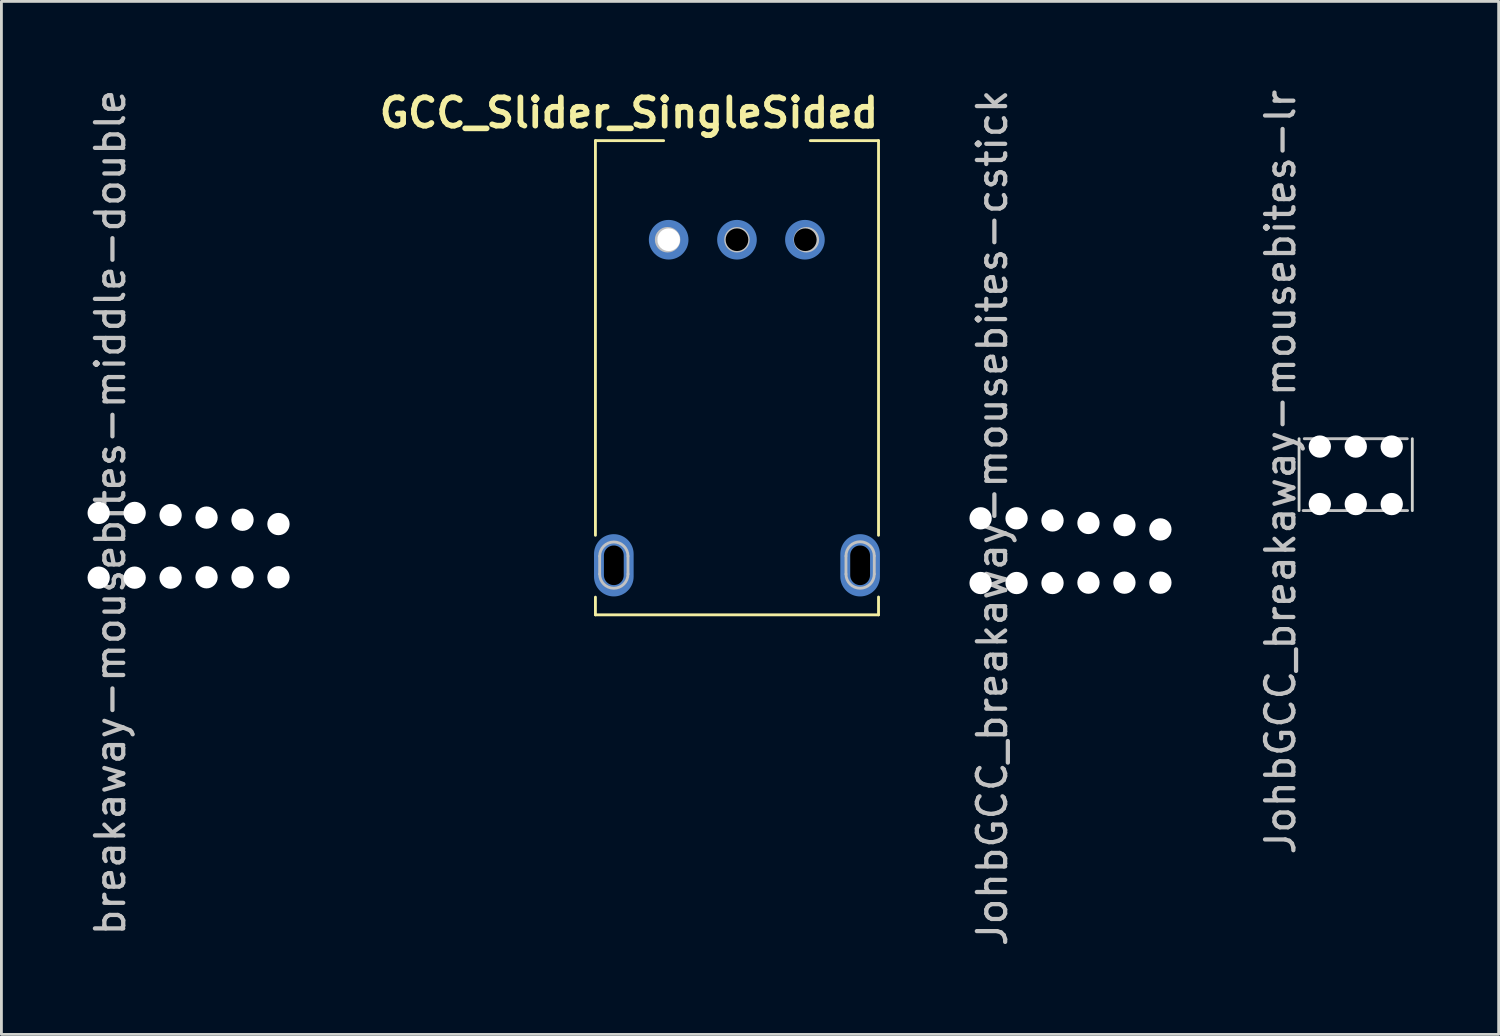
<source format=kicad_pcb>
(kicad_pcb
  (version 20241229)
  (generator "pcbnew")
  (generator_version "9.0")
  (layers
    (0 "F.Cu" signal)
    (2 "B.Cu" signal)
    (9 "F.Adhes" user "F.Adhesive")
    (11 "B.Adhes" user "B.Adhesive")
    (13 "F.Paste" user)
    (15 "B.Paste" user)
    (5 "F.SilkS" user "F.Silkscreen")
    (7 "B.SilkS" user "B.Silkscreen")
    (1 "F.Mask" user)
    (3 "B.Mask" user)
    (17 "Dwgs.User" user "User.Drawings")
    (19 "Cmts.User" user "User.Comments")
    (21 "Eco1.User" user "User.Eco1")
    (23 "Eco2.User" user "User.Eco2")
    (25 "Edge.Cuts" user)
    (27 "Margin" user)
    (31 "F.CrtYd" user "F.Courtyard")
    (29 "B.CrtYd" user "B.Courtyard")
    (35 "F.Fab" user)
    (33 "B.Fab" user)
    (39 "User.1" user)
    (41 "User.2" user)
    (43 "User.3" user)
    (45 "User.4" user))
  (footprint "breakaway-mousebites-middle-double"
    (layer "F.Cu")
    (at 3.738 16.414)
    (property "Reference" "breakaway-mousebites-middle-double" (at -2.89 -1.36 90) (layer "Dwgs.User") (effects (font (size 1 1) (thickness 0.15))))
    (attr exclude_from_pos_files exclude_from_bom)
    (pad "" np_thru_hole circle (at -3.302 -1.346 180) (size 0.787 0.787) (drill 0.787) (layers "*.Cu" "*.Mask"))
    (pad "" np_thru_hole circle (at -3.302 0.94) (size 0.787 0.787) (drill 0.787) (layers "*.Cu" "*.Mask"))
    (pad "" np_thru_hole circle (at -2.032 -1.346 180) (size 0.787 0.787) (drill 0.787) (layers "*.Cu" "*.Mask"))
    (pad "" np_thru_hole circle (at -2.032 0.94) (size 0.787 0.787) (drill 0.787) (layers "*.Cu" "*.Mask"))
    (pad "" np_thru_hole circle (at -0.762 -1.27 180) (size 0.787 0.787) (drill 0.787) (layers "*.Cu" "*.Mask"))
    (pad "" np_thru_hole circle (at -0.762 0.94) (size 0.787 0.787) (drill 0.787) (layers "*.Cu" "*.Mask"))
    (pad "" np_thru_hole circle (at 0.508 -1.181 180) (size 0.787 0.787) (drill 0.787) (layers "*.Cu" "*.Mask"))
    (pad "" np_thru_hole circle (at 0.508 0.927) (size 0.787 0.787) (drill 0.787) (layers "*.Cu" "*.Mask"))
    (pad "" np_thru_hole circle (at 1.778 -1.105 180) (size 0.787 0.787) (drill 0.787) (layers "*.Cu" "*.Mask"))
    (pad "" np_thru_hole circle (at 1.778 0.927) (size 0.787 0.787) (drill 0.787) (layers "*.Cu" "*.Mask"))
    (pad "" np_thru_hole circle (at 3.048 -0.953 180) (size 0.787 0.787) (drill 0.787) (layers "*.Cu" "*.Mask"))
    (pad "" np_thru_hole circle (at 3.048 0.927) (size 0.787 0.787) (drill 0.787) (layers "*.Cu" "*.Mask")))
  (footprint "GCC_Slider_SingleSided"
    (layer "F.Cu")
    (at 22.982 5.418)
    (property "Reference" "GCC_Slider_SingleSided" (at -3.816 -4.482 0) (layer "F.SilkS") (effects (font (size 1 1) (thickness 0.2))))
    (attr through_hole exclude_from_pos_files exclude_from_bom)
    (fp_line (start -5 -3.5) (end -5 10.44) (stroke (width 0.1) (type solid)) (layer "F.SilkS"))
    (fp_line (start -5 -3.5) (end -2.59 -3.5) (stroke (width 0.1) (type solid)) (layer "F.SilkS"))
    (fp_line (start -5 13.25) (end -5 12.625) (stroke (width 0.1) (type solid)) (layer "F.SilkS"))
    (fp_line (start -5 13.25) (end 5 13.25) (stroke (width 0.1) (type solid)) (layer "F.SilkS"))
    (fp_line (start 2.59 -3.5) (end 5 -3.5) (stroke (width 0.1) (type solid)) (layer "F.SilkS"))
    (fp_line (start 5 -3.5) (end 5 10.44) (stroke (width 0.1) (type solid)) (layer "F.SilkS"))
    (fp_line (start 5 13.25) (end 5 12.62) (stroke (width 0.1) (type solid)) (layer "F.SilkS"))
    (fp_line (start -4.85 11.811) (end -4.85 11.176) (stroke (width 0.1) (type solid)) (layer "Dwgs.User"))
    (fp_line (start -4.35 12) (end -4.35 11) (stroke (width 0.1) (type solid)) (layer "Dwgs.User"))
    (fp_line (start -3.85 11.811) (end -3.85 11.176) (stroke (width 0.1) (type solid)) (layer "Dwgs.User"))
    (fp_line (start 3.85 11.811) (end 3.85 11.176) (stroke (width 0.1) (type solid)) (layer "Dwgs.User"))
    (fp_line (start 4.35 12) (end 4.35 11) (stroke (width 0.1) (type solid)) (layer "Dwgs.User"))
    (fp_line (start 4.85 11.811) (end 4.85 11.168) (stroke (width 0.1) (type solid)) (layer "Dwgs.User"))
    (fp_arc (start -4.85 11.176) (mid -4.35 10.676) (end -3.85 11.176) (stroke (width 0.1) (type solid)) (layer "Dwgs.User"))
    (fp_arc (start -3.85 11.811) (mid -4.35 12.311) (end -4.85 11.811) (stroke (width 0.1) (type solid)) (layer "Dwgs.User"))
    (fp_arc (start 3.85 11.168) (mid 4.35 10.668) (end 4.85 11.168) (stroke (width 0.1) (type solid)) (layer "Dwgs.User"))
    (fp_arc (start 4.85 11.811) (mid 4.35 12.311) (end 3.85 11.811) (stroke (width 0.1) (type solid)) (layer "Dwgs.User"))
    (fp_circle (center -2.45 0) (end -2.05 0) (stroke (width 0.1) (type solid)) (fill no) (layer "Dwgs.User"))
    (fp_circle (center 0 0) (end 0.4 0) (stroke (width 0.1) (type solid)) (fill no) (layer "Dwgs.User"))
    (fp_circle (center 2.45 0) (end 2.85 0) (stroke (width 0.1) (type solid)) (fill no) (layer "Dwgs.User"))
    (pad "" np_thru_hole oval (at -4.35 11.5) (size 0.7 1.4) (drill oval 0.7 1.4) (layers "*.Mask"))
    (pad "" smd oval (at -4.35 11.5) (size 1.4 2.2) (layers "B.Cu" "B.Mask" "B.Paste"))
    (pad "" np_thru_hole circle (at -2.413 0) (size 0.8 0.8) (drill 0.8) (layers "*.Mask" "B.Cu"))
    (pad "" np_thru_hole circle (at 0 0) (size 0.8 0.8) (drill 0.8) (layers "*.Mask"))
    (pad "" np_thru_hole circle (at 2.413 0) (size 0.8 0.8) (drill 0.8) (layers "*.Mask"))
    (pad "" np_thru_hole oval (at 4.35 11.5) (size 0.7 1.4) (drill oval 0.7 1.4) (layers "*.Mask"))
    (pad "" smd oval (at 4.35 11.5) (size 1.4 2.2) (layers "B.Cu" "B.Mask" "B.Paste"))
    (pad "1" smd circle (at -2.413 0) (size 1.4 1.4) (layers "B.Cu" "B.Mask" "B.Adhes"))
    (pad "2" smd circle (at 0 0) (size 1.4 1.4) (layers "B.Cu" "B.Mask" "B.Paste"))
    (pad "3" smd circle (at 2.4 0) (size 1.4 1.4) (layers "B.Cu" "B.Mask" "B.Paste")))
  (footprint "JohbGCC_breakaway-mousebites-lr"
    (layer "F.Cu")
    (at 45.07 14.985)
    (property "Reference" "JohbGCC_breakaway-mousebites-lr" (at -2.89 -1.36 90) (layer "Dwgs.User") (effects (font (size 1 1) (thickness 0.15))))
    (attr exclude_from_pos_files exclude_from_bom)
    (fp_line (start -2.09 0) (end 1.6 0) (stroke (width 0.1) (type solid)) (layer "Dwgs.User"))
    (fp_line (start 1.59 -2.539) (end -2.05 -2.539) (stroke (width 0.1) (type solid)) (layer "Dwgs.User"))
    (fp_line (start -2.233 -2.538) (end -2.233 0.002) (stroke (width 0.1) (type solid)) (layer "Edge.Cuts"))
    (fp_line (start 1.767 -2.538) (end 1.767 0.002) (stroke (width 0.1) (type solid)) (layer "Edge.Cuts"))
    (pad "" np_thru_hole circle (at -1.5 -2.261 180) (size 0.787 0.787) (drill 0.787) (layers "*.Cu" "*.Mask"))
    (pad "" np_thru_hole circle (at -1.5 -0.23) (size 0.787 0.787) (drill 0.787) (layers "*.Cu" "*.Mask"))
    (pad "" np_thru_hole circle (at -0.23 -2.261 180) (size 0.787 0.787) (drill 0.787) (layers "*.Cu" "*.Mask"))
    (pad "" np_thru_hole circle (at -0.23 -0.23) (size 0.787 0.787) (drill 0.787) (layers "*.Cu" "*.Mask"))
    (pad "" np_thru_hole circle (at 1.04 -2.261 180) (size 0.787 0.787) (drill 0.787) (layers "*.Cu" "*.Mask"))
    (pad "" np_thru_hole circle (at 1.04 -0.23) (size 0.787 0.787) (drill 0.787) (layers "*.Cu" "*.Mask")))
  (footprint "JohbGCC_breakaway-mousebites-cstick"
    (layer "F.Cu")
    (at 34.89 16.604)
    (property "Reference" "JohbGCC_breakaway-mousebites-cstick" (at -2.89 -1.36 90) (layer "Dwgs.User") (effects (font (size 1 1) (thickness 0.15))))
    (attr exclude_from_pos_files exclude_from_bom)
    (pad "" np_thru_hole circle (at -3.302 -1.346 180) (size 0.787 0.787) (drill 0.787) (layers "*.Cu" "*.Mask"))
    (pad "" np_thru_hole circle (at -3.302 0.94) (size 0.787 0.787) (drill 0.787) (layers "*.Cu" "*.Mask"))
    (pad "" np_thru_hole circle (at -2.032 -1.346 180) (size 0.787 0.787) (drill 0.787) (layers "*.Cu" "*.Mask"))
    (pad "" np_thru_hole circle (at -2.032 0.94) (size 0.787 0.787) (drill 0.787) (layers "*.Cu" "*.Mask"))
    (pad "" np_thru_hole circle (at -0.762 -1.27 180) (size 0.787 0.787) (drill 0.787) (layers "*.Cu" "*.Mask"))
    (pad "" np_thru_hole circle (at -0.762 0.94) (size 0.787 0.787) (drill 0.787) (layers "*.Cu" "*.Mask"))
    (pad "" np_thru_hole circle (at 0.508 -1.181 180) (size 0.787 0.787) (drill 0.787) (layers "*.Cu" "*.Mask"))
    (pad "" np_thru_hole circle (at 0.508 0.927) (size 0.787 0.787) (drill 0.787) (layers "*.Cu" "*.Mask"))
    (pad "" np_thru_hole circle (at 1.778 -1.105 180) (size 0.787 0.787) (drill 0.787) (layers "*.Cu" "*.Mask"))
    (pad "" np_thru_hole circle (at 1.778 0.927) (size 0.787 0.787) (drill 0.787) (layers "*.Cu" "*.Mask"))
    (pad "" np_thru_hole circle (at 3.048 -0.953 180) (size 0.787 0.787) (drill 0.787) (layers "*.Cu" "*.Mask"))
    (pad "" np_thru_hole circle (at 3.048 0.927) (size 0.787 0.787) (drill 0.787) (layers "*.Cu" "*.Mask")))
  (gr_rect
    (start -3 -3)
    (end 49.887 33.488)
    (stroke (width 0.1) (type default))
    (fill no)
    (layer "Edge.Cuts")))
</source>
